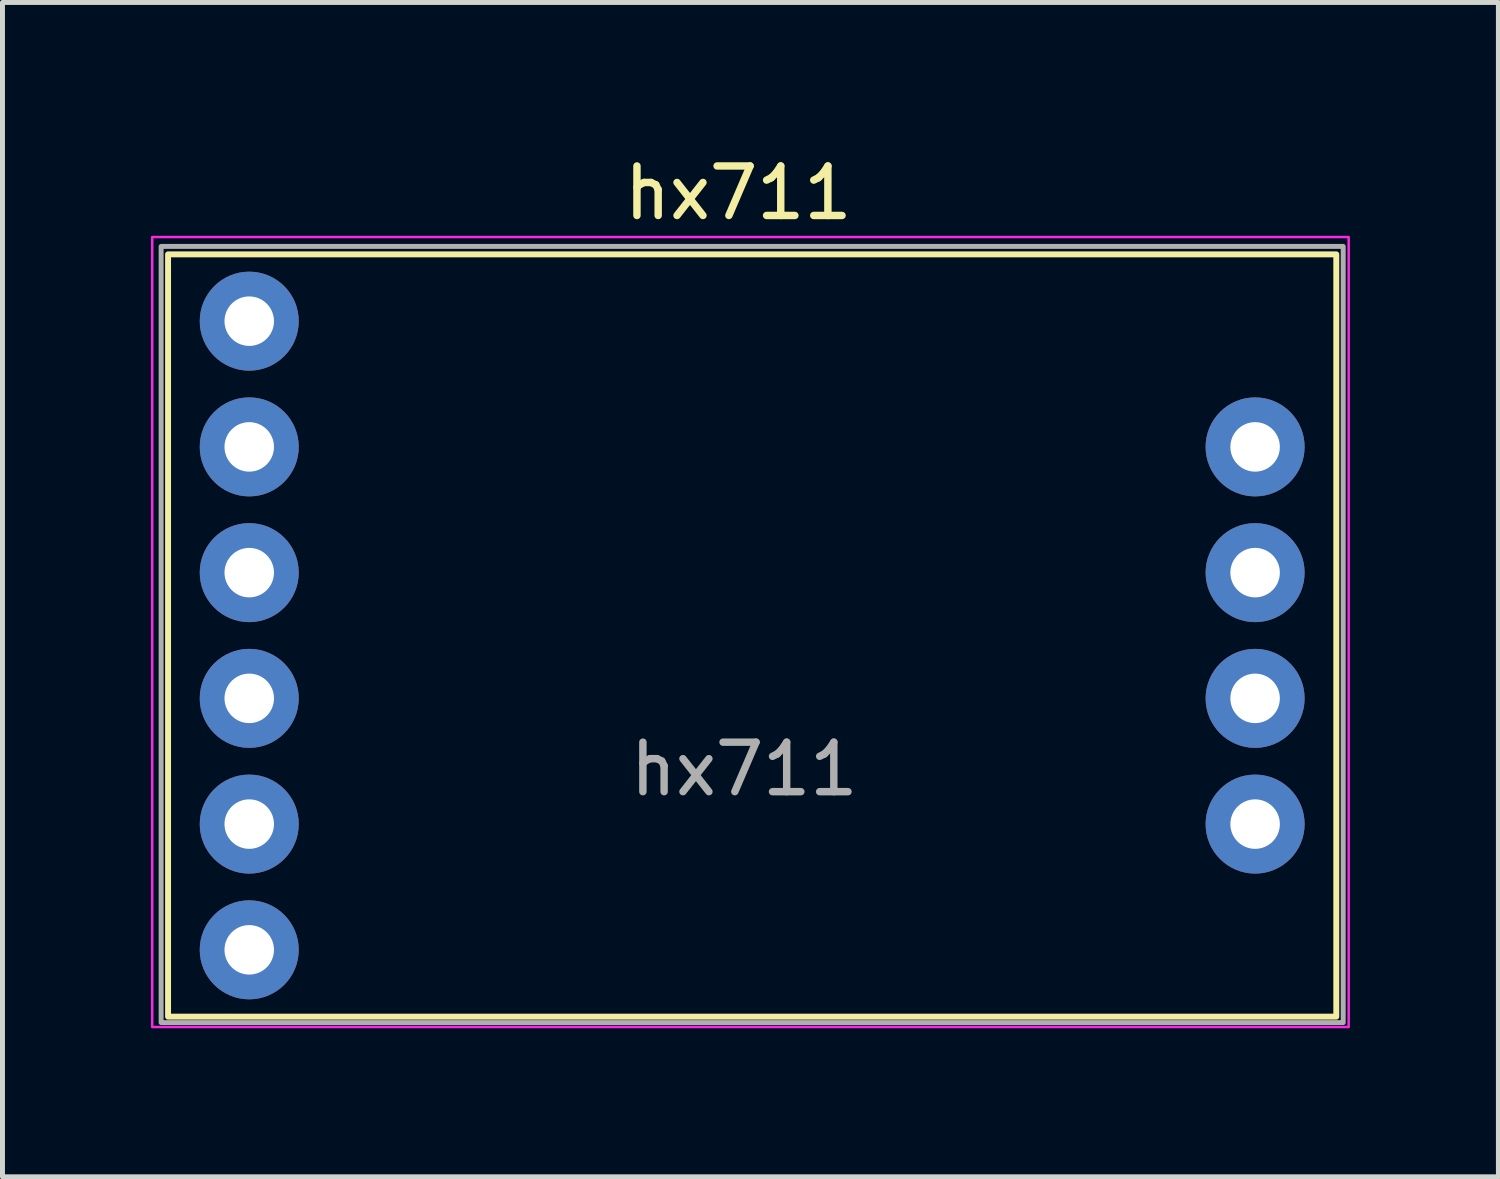
<source format=kicad_pcb>
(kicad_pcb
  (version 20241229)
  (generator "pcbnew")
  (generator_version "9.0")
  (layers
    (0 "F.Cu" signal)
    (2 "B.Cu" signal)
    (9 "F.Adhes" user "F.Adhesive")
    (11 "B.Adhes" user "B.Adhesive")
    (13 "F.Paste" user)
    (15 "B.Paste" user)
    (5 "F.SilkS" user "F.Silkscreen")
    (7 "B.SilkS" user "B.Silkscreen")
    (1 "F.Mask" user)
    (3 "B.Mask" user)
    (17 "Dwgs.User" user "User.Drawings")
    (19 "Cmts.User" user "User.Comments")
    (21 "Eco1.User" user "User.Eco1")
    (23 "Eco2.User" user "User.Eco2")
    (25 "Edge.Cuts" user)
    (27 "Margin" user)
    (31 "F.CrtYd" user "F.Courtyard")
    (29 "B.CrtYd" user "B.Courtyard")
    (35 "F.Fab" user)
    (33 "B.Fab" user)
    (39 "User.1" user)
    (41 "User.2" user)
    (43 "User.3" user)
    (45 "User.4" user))
  (footprint "hx711"
    (layer "F.Cu")
    (at 1.985 3.438)
    (property "Reference" "hx711" (at 9.88 -2.59 0) (unlocked yes) (layer "F.SilkS") (effects (font (size 1 1) (thickness 0.15))))
    (attr smd)
    (fp_rect (start -1.64 -1.35) (end 21.96 14.05) (stroke (width 0.12) (type default)) (fill no) (layer "F.SilkS"))
    (fp_rect (start -1.96 -1.7) (end 22.21 14.26) (stroke (width 0.05) (type default)) (fill no) (layer "F.CrtYd"))
    (fp_rect (start -1.78 -1.51) (end 22.1 14.17) (stroke (width 0.1) (type default)) (fill no) (layer "F.Fab"))
    (fp_text user "${REFERENCE}" (at 10 9.05 0) (unlocked yes) (layer "F.Fab") (effects (font (size 1 1) (thickness 0.15))))
    (pad "1" thru_hole circle (at 0 0) (size 2 2) (drill 1) (layers "*.Cu" "*.Mask"))
    (pad "2" thru_hole circle (at 0 2.54) (size 2 2) (drill 1) (layers "*.Cu" "*.Mask"))
    (pad "3" thru_hole circle (at 0 5.08) (size 2 2) (drill 1) (layers "*.Cu" "*.Mask"))
    (pad "4" thru_hole circle (at 0 7.62) (size 2 2) (drill 1) (layers "*.Cu" "*.Mask"))
    (pad "5" thru_hole circle (at 0 10.16) (size 2 2) (drill 1) (layers "*.Cu" "*.Mask"))
    (pad "6" thru_hole circle (at 0 12.7) (size 2 2) (drill 1) (layers "*.Cu" "*.Mask"))
    (pad "7" thru_hole circle (at 20.32 10.16) (size 2 2) (drill 1) (layers "*.Cu" "*.Mask"))
    (pad "8" thru_hole circle (at 20.32 7.62) (size 2 2) (drill 1) (layers "*.Cu" "*.Mask"))
    (pad "9" thru_hole circle (at 20.32 5.08) (size 2 2) (drill 1) (layers "*.Cu" "*.Mask"))
    (pad "10" thru_hole circle (at 20.32 2.54) (size 2 2) (drill 1) (layers "*.Cu" "*.Mask")))
  (gr_rect
    (start -3 -3)
    (end 27.22 20.723)
    (stroke (width 0.1) (type default))
    (fill no)
    (layer "Edge.Cuts")))
</source>
